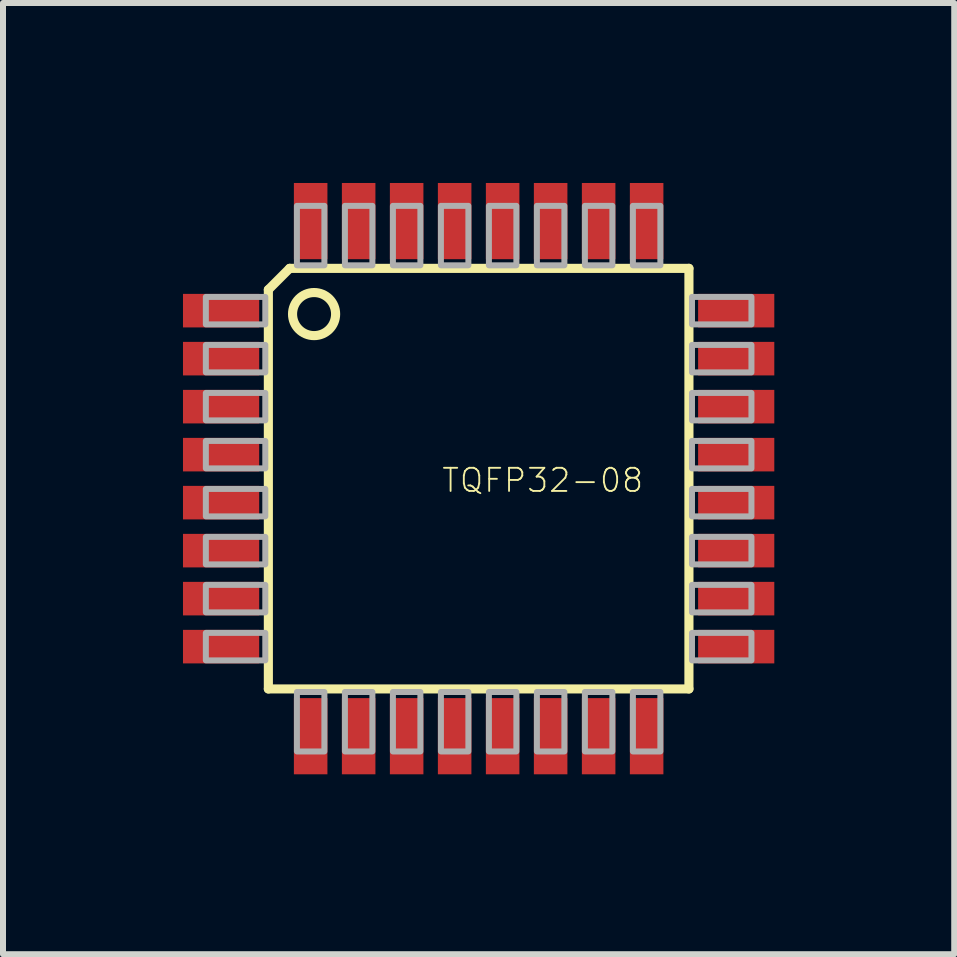
<source format=kicad_pcb>
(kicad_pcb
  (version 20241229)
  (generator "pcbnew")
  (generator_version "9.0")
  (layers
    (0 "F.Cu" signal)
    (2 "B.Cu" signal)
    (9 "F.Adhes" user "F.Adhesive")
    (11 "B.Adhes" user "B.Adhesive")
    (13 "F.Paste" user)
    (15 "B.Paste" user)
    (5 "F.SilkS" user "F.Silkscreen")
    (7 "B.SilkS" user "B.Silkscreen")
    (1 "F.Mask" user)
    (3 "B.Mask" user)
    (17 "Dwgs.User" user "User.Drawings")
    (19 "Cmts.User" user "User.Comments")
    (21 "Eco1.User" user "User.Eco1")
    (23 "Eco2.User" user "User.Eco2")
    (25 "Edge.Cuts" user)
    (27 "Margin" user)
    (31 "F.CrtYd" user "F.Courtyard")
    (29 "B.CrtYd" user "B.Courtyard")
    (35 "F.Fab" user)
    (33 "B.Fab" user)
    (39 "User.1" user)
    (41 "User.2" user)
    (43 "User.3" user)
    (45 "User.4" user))
  (footprint "TQFP32-08"
    (layer "F.Cu")
    (at 4.928 4.928)
    (property "Reference" "TQFP32-08" (at -0.635 0.254 0) (layer "F.SilkS") (effects (font (size 0.386 0.386) (thickness 0.031)) (justify left bottom)))
    (attr through_hole)
    (fp_line (start -3.505 3.505) (end -3.505 -3.15) (stroke (width 0.152) (type solid)) (layer "F.SilkS"))
    (fp_line (start -3.15 -3.505) (end -3.505 -3.15) (stroke (width 0.152) (type solid)) (layer "F.SilkS"))
    (fp_line (start -3.15 -3.505) (end 3.505 -3.505) (stroke (width 0.152) (type solid)) (layer "F.SilkS"))
    (fp_line (start 3.505 -3.505) (end 3.505 3.505) (stroke (width 0.152) (type solid)) (layer "F.SilkS"))
    (fp_line (start 3.505 3.505) (end -3.505 3.505) (stroke (width 0.152) (type solid)) (layer "F.SilkS"))
    (fp_circle (center -2.743 -2.743) (end -2.384 -2.743) (stroke (width 0.152) (type solid)) (fill no) (layer "F.SilkS"))
    (fp_poly (pts (xy -4.547 -2.571) (xy -3.556 -2.571) (xy -3.556 -3.029) (xy -4.547 -3.029)) (stroke (width 0.1) (type solid)) (fill no) (layer "F.Fab"))
    (fp_poly (pts (xy -4.547 -1.771) (xy -3.556 -1.771) (xy -3.556 -2.229) (xy -4.547 -2.229)) (stroke (width 0.1) (type solid)) (fill no) (layer "F.Fab"))
    (fp_poly (pts (xy -4.547 -0.971) (xy -3.556 -0.971) (xy -3.556 -1.429) (xy -4.547 -1.429)) (stroke (width 0.1) (type solid)) (fill no) (layer "F.Fab"))
    (fp_poly (pts (xy -4.547 -0.171) (xy -3.556 -0.171) (xy -3.556 -0.629) (xy -4.547 -0.629)) (stroke (width 0.1) (type solid)) (fill no) (layer "F.Fab"))
    (fp_poly (pts (xy -4.547 0.629) (xy -3.556 0.629) (xy -3.556 0.171) (xy -4.547 0.171)) (stroke (width 0.1) (type solid)) (fill no) (layer "F.Fab"))
    (fp_poly (pts (xy -4.547 1.429) (xy -3.556 1.429) (xy -3.556 0.971) (xy -4.547 0.971)) (stroke (width 0.1) (type solid)) (fill no) (layer "F.Fab"))
    (fp_poly (pts (xy -4.547 2.229) (xy -3.556 2.229) (xy -3.556 1.771) (xy -4.547 1.771)) (stroke (width 0.1) (type solid)) (fill no) (layer "F.Fab"))
    (fp_poly (pts (xy -4.547 3.029) (xy -3.556 3.029) (xy -3.556 2.571) (xy -4.547 2.571)) (stroke (width 0.1) (type solid)) (fill no) (layer "F.Fab"))
    (fp_poly (pts (xy -3.029 -3.556) (xy -2.571 -3.556) (xy -2.571 -4.547) (xy -3.029 -4.547)) (stroke (width 0.1) (type solid)) (fill no) (layer "F.Fab"))
    (fp_poly (pts (xy -3.029 4.547) (xy -2.571 4.547) (xy -2.571 3.556) (xy -3.029 3.556)) (stroke (width 0.1) (type solid)) (fill no) (layer "F.Fab"))
    (fp_poly (pts (xy -2.229 -3.556) (xy -1.771 -3.556) (xy -1.771 -4.547) (xy -2.229 -4.547)) (stroke (width 0.1) (type solid)) (fill no) (layer "F.Fab"))
    (fp_poly (pts (xy -2.229 4.547) (xy -1.771 4.547) (xy -1.771 3.556) (xy -2.229 3.556)) (stroke (width 0.1) (type solid)) (fill no) (layer "F.Fab"))
    (fp_poly (pts (xy -1.429 -3.556) (xy -0.971 -3.556) (xy -0.971 -4.547) (xy -1.429 -4.547)) (stroke (width 0.1) (type solid)) (fill no) (layer "F.Fab"))
    (fp_poly (pts (xy -1.429 4.547) (xy -0.971 4.547) (xy -0.971 3.556) (xy -1.429 3.556)) (stroke (width 0.1) (type solid)) (fill no) (layer "F.Fab"))
    (fp_poly (pts (xy -0.629 -3.556) (xy -0.171 -3.556) (xy -0.171 -4.547) (xy -0.629 -4.547)) (stroke (width 0.1) (type solid)) (fill no) (layer "F.Fab"))
    (fp_poly (pts (xy -0.629 4.547) (xy -0.171 4.547) (xy -0.171 3.556) (xy -0.629 3.556)) (stroke (width 0.1) (type solid)) (fill no) (layer "F.Fab"))
    (fp_poly (pts (xy 0.171 -3.556) (xy 0.629 -3.556) (xy 0.629 -4.547) (xy 0.171 -4.547)) (stroke (width 0.1) (type solid)) (fill no) (layer "F.Fab"))
    (fp_poly (pts (xy 0.171 4.547) (xy 0.629 4.547) (xy 0.629 3.556) (xy 0.171 3.556)) (stroke (width 0.1) (type solid)) (fill no) (layer "F.Fab"))
    (fp_poly (pts (xy 0.971 -3.556) (xy 1.429 -3.556) (xy 1.429 -4.547) (xy 0.971 -4.547)) (stroke (width 0.1) (type solid)) (fill no) (layer "F.Fab"))
    (fp_poly (pts (xy 0.971 4.547) (xy 1.429 4.547) (xy 1.429 3.556) (xy 0.971 3.556)) (stroke (width 0.1) (type solid)) (fill no) (layer "F.Fab"))
    (fp_poly (pts (xy 1.771 -3.556) (xy 2.229 -3.556) (xy 2.229 -4.547) (xy 1.771 -4.547)) (stroke (width 0.1) (type solid)) (fill no) (layer "F.Fab"))
    (fp_poly (pts (xy 1.771 4.547) (xy 2.229 4.547) (xy 2.229 3.556) (xy 1.771 3.556)) (stroke (width 0.1) (type solid)) (fill no) (layer "F.Fab"))
    (fp_poly (pts (xy 2.571 -3.556) (xy 3.029 -3.556) (xy 3.029 -4.547) (xy 2.571 -4.547)) (stroke (width 0.1) (type solid)) (fill no) (layer "F.Fab"))
    (fp_poly (pts (xy 2.571 4.547) (xy 3.029 4.547) (xy 3.029 3.556) (xy 2.571 3.556)) (stroke (width 0.1) (type solid)) (fill no) (layer "F.Fab"))
    (fp_poly (pts (xy 3.556 -2.571) (xy 4.547 -2.571) (xy 4.547 -3.029) (xy 3.556 -3.029)) (stroke (width 0.1) (type solid)) (fill no) (layer "F.Fab"))
    (fp_poly (pts (xy 3.556 -1.771) (xy 4.547 -1.771) (xy 4.547 -2.229) (xy 3.556 -2.229)) (stroke (width 0.1) (type solid)) (fill no) (layer "F.Fab"))
    (fp_poly (pts (xy 3.556 -0.971) (xy 4.547 -0.971) (xy 4.547 -1.429) (xy 3.556 -1.429)) (stroke (width 0.1) (type solid)) (fill no) (layer "F.Fab"))
    (fp_poly (pts (xy 3.556 -0.171) (xy 4.547 -0.171) (xy 4.547 -0.629) (xy 3.556 -0.629)) (stroke (width 0.1) (type solid)) (fill no) (layer "F.Fab"))
    (fp_poly (pts (xy 3.556 0.629) (xy 4.547 0.629) (xy 4.547 0.171) (xy 3.556 0.171)) (stroke (width 0.1) (type solid)) (fill no) (layer "F.Fab"))
    (fp_poly (pts (xy 3.556 1.429) (xy 4.547 1.429) (xy 4.547 0.971) (xy 3.556 0.971)) (stroke (width 0.1) (type solid)) (fill no) (layer "F.Fab"))
    (fp_poly (pts (xy 3.556 2.229) (xy 4.547 2.229) (xy 4.547 1.771) (xy 3.556 1.771)) (stroke (width 0.1) (type solid)) (fill no) (layer "F.Fab"))
    (fp_poly (pts (xy 3.556 3.029) (xy 4.547 3.029) (xy 4.547 2.571) (xy 3.556 2.571)) (stroke (width 0.1) (type solid)) (fill no) (layer "F.Fab"))
    (pad "1" smd rect (at -4.293 -2.8) (size 1.27 0.559) (layers "F.Cu" "F.Mask" "F.Paste"))
    (pad "2" smd rect (at -4.293 -2) (size 1.27 0.559) (layers "F.Cu" "F.Mask" "F.Paste"))
    (pad "3" smd rect (at -4.293 -1.2) (size 1.27 0.559) (layers "F.Cu" "F.Mask" "F.Paste"))
    (pad "4" smd rect (at -4.293 -0.4) (size 1.27 0.559) (layers "F.Cu" "F.Mask" "F.Paste"))
    (pad "5" smd rect (at -4.293 0.4) (size 1.27 0.559) (layers "F.Cu" "F.Mask" "F.Paste"))
    (pad "6" smd rect (at -4.293 1.2) (size 1.27 0.559) (layers "F.Cu" "F.Mask" "F.Paste"))
    (pad "7" smd rect (at -4.293 2) (size 1.27 0.559) (layers "F.Cu" "F.Mask" "F.Paste"))
    (pad "8" smd rect (at -4.293 2.8) (size 1.27 0.559) (layers "F.Cu" "F.Mask" "F.Paste"))
    (pad "9" smd rect (at -2.8 4.293) (size 0.559 1.27) (layers "F.Cu" "F.Mask" "F.Paste"))
    (pad "10" smd rect (at -2 4.293) (size 0.559 1.27) (layers "F.Cu" "F.Mask" "F.Paste"))
    (pad "11" smd rect (at -1.2 4.293) (size 0.559 1.27) (layers "F.Cu" "F.Mask" "F.Paste"))
    (pad "12" smd rect (at -0.4 4.293) (size 0.559 1.27) (layers "F.Cu" "F.Mask" "F.Paste"))
    (pad "13" smd rect (at 0.4 4.293) (size 0.559 1.27) (layers "F.Cu" "F.Mask" "F.Paste"))
    (pad "14" smd rect (at 1.2 4.293) (size 0.559 1.27) (layers "F.Cu" "F.Mask" "F.Paste"))
    (pad "15" smd rect (at 2 4.293) (size 0.559 1.27) (layers "F.Cu" "F.Mask" "F.Paste"))
    (pad "16" smd rect (at 2.8 4.293) (size 0.559 1.27) (layers "F.Cu" "F.Mask" "F.Paste"))
    (pad "17" smd rect (at 4.293 2.8) (size 1.27 0.559) (layers "F.Cu" "F.Mask" "F.Paste"))
    (pad "18" smd rect (at 4.293 2) (size 1.27 0.559) (layers "F.Cu" "F.Mask" "F.Paste"))
    (pad "19" smd rect (at 4.293 1.2) (size 1.27 0.559) (layers "F.Cu" "F.Mask" "F.Paste"))
    (pad "20" smd rect (at 4.293 0.4) (size 1.27 0.559) (layers "F.Cu" "F.Mask" "F.Paste"))
    (pad "21" smd rect (at 4.293 -0.4) (size 1.27 0.559) (layers "F.Cu" "F.Mask" "F.Paste"))
    (pad "22" smd rect (at 4.293 -1.2) (size 1.27 0.559) (layers "F.Cu" "F.Mask" "F.Paste"))
    (pad "23" smd rect (at 4.293 -2) (size 1.27 0.559) (layers "F.Cu" "F.Mask" "F.Paste"))
    (pad "24" smd rect (at 4.293 -2.8) (size 1.27 0.559) (layers "F.Cu" "F.Mask" "F.Paste"))
    (pad "25" smd rect (at 2.8 -4.293) (size 0.559 1.27) (layers "F.Cu" "F.Mask" "F.Paste"))
    (pad "26" smd rect (at 2 -4.293) (size 0.559 1.27) (layers "F.Cu" "F.Mask" "F.Paste"))
    (pad "27" smd rect (at 1.2 -4.293) (size 0.559 1.27) (layers "F.Cu" "F.Mask" "F.Paste"))
    (pad "28" smd rect (at 0.4 -4.293) (size 0.559 1.27) (layers "F.Cu" "F.Mask" "F.Paste"))
    (pad "29" smd rect (at -0.4 -4.293) (size 0.559 1.27) (layers "F.Cu" "F.Mask" "F.Paste"))
    (pad "30" smd rect (at -1.2 -4.293) (size 0.559 1.27) (layers "F.Cu" "F.Mask" "F.Paste"))
    (pad "31" smd rect (at -2 -4.293) (size 0.559 1.27) (layers "F.Cu" "F.Mask" "F.Paste"))
    (pad "32" smd rect (at -2.8 -4.293) (size 0.559 1.27) (layers "F.Cu" "F.Mask" "F.Paste")))
  (gr_rect
    (start -3 -3)
    (end 12.855 12.855)
    (stroke (width 0.1) (type default))
    (fill no)
    (layer "Edge.Cuts")))
</source>
